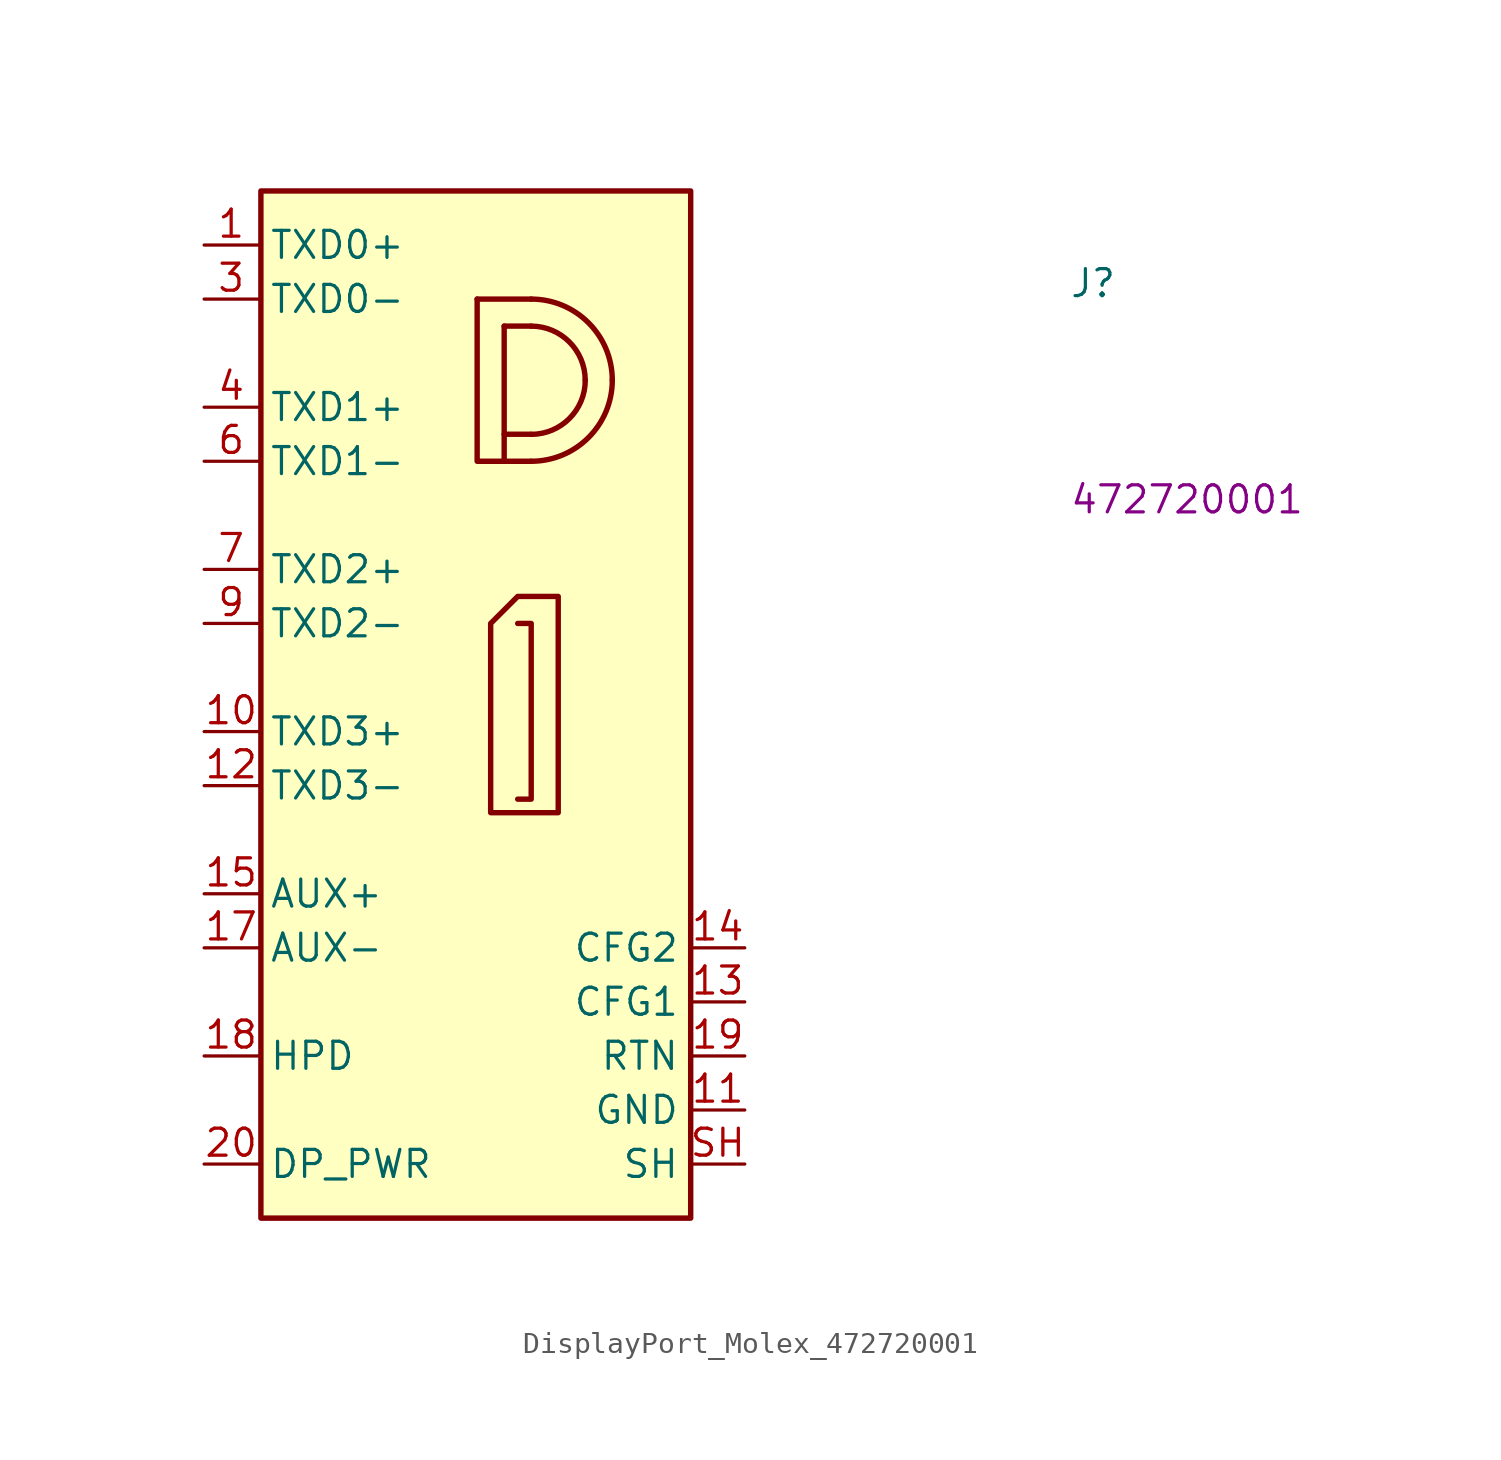
<source format=kicad_sym>
(kicad_symbol_lib
  (version 20220914)
  (generator kicad_symbol_editor)
  (symbol "DisplayPort_Molex_472720001"
    (property "Reference" "J"
      (at 40.64 -2.54 0)
      (effects (font (size 1.27 1.27) (thickness 0.15)) (justify left bottom)))
    (property "MPN" "472720001"
      (at 40.64 -12.7 0)
      (effects (font (size 1.27 1.27) (thickness 0.15)) (justify left bottom)))
    (symbol "DisplayPort_Molex_472720001_1_1"
      (polyline (pts (xy 12.827 -2.54) (xy 15.367 -2.54)) (stroke (width 0.254) (type default)) (fill (type background)))
      (polyline (pts (xy 14.097 -3.81) (xy 14.097 -10.16)) (stroke (width 0.254) (type default)) (fill (type background)))
      (polyline (pts (xy 15.367 -8.89) (xy 14.097 -8.89)) (stroke (width 0.254) (type default)) (fill (type background)))
      (polyline (pts (xy 15.367 -3.81) (xy 14.097 -3.81)) (stroke (width 0.254) (type default)) (fill (type background)))
      (polyline (pts (xy 12.827 -2.54) (xy 12.827 -10.16) (xy 15.367 -10.16)) (stroke (width 0.254) (type default)) (fill (type background)))
      (polyline (pts (xy 14.732 -26.035) (xy 15.367 -26.035) (xy 15.367 -17.78) (xy 14.732 -17.78)) (stroke (width 0.254) (type default)) (fill (type background)))
      (polyline (pts (xy 13.462 -17.78) (xy 14.732 -16.51) (xy 16.637 -16.51) (xy 16.637 -26.67) (xy 13.462 -26.67) (xy 13.462 -17.78)) (stroke (width 0.254) (type default)) (fill (type background)))
      (rectangle (start 2.667 2.54) (end 22.86 -45.72) (stroke (width 0.254) (type default)) (fill (type background)))
      (arc (start 15.367 -10.16) (mid 18.061 -9.0441) (end 19.177 -6.35) (stroke (width 0.254) (type default)) (fill (type background)))
      (arc (start 15.367 -8.89) (mid 17.1631 -8.1461) (end 17.907 -6.35) (stroke (width 0.254) (type default)) (fill (type background)))
      (arc (start 17.907 -6.35) (mid 17.1631 -4.5539) (end 15.367 -3.81) (stroke (width 0.254) (type default)) (fill (type background)))
      (arc (start 19.177 -6.35) (mid 18.0611 -3.656) (end 15.367 -2.54) (stroke (width 0.254) (type default)) (fill (type background)))
      (pin bidirectional line (at 0 0 0) (length 2.54) (name "TXD0+" (effects (font (size 1.27 1.27)))) (number "1" (effects (font (size 1.27 1.27)))))
      (pin bidirectional line (at 0 -22.86 0) (length 2.54) (name "TXD3+" (effects (font (size 1.27 1.27)))) (number "10" (effects (font (size 1.27 1.27)))))
      (pin power_in line (at 25.4 -40.64 180) (length 2.54) (name "GND" (effects (font (size 1.27 1.27)))) (number "11" (effects (font (size 1.27 1.27)))))
      (pin bidirectional line (at 0 -25.4 0) (length 2.54) (name "TXD3-" (effects (font (size 1.27 1.27)))) (number "12" (effects (font (size 1.27 1.27)))))
      (pin passive line (at 25.4 -35.56 180) (length 2.54) (name "CFG1" (effects (font (size 1.27 1.27)))) (number "13" (effects (font (size 1.27 1.27)))))
      (pin passive line (at 25.4 -33.02 180) (length 2.54) (name "CFG2" (effects (font (size 1.27 1.27)))) (number "14" (effects (font (size 1.27 1.27)))))
      (pin bidirectional line (at 0 -30.48 0) (length 2.54) (name "AUX+" (effects (font (size 1.27 1.27)))) (number "15" (effects (font (size 1.27 1.27)))))
      (pin passive line (at 25.4 -40.64 180) (length 2.54) hide (name "GND" (effects (font (size 1.27 1.27)))) (number "16" (effects (font (size 1.27 1.27)))))
      (pin bidirectional line (at 0 -33.02 0) (length 2.54) (name "AUX-" (effects (font (size 1.27 1.27)))) (number "17" (effects (font (size 1.27 1.27)))))
      (pin passive line (at 0 -38.1 0) (length 2.54) (name "HPD" (effects (font (size 1.27 1.27)))) (number "18" (effects (font (size 1.27 1.27)))))
      (pin power_in line (at 25.4 -38.1 180) (length 2.54) (name "RTN" (effects (font (size 1.27 1.27)))) (number "19" (effects (font (size 1.27 1.27)))))
      (pin passive line (at 25.4 -40.64 180) (length 2.54) hide (name "GND" (effects (font (size 1.27 1.27)))) (number "2" (effects (font (size 1.27 1.27)))))
      (pin power_in line (at 0 -43.18 0) (length 2.54) (name "DP_PWR" (effects (font (size 1.27 1.27)))) (number "20" (effects (font (size 1.27 1.27)))))
      (pin bidirectional line (at 0 -2.54 0) (length 2.54) (name "TXD0-" (effects (font (size 1.27 1.27)))) (number "3" (effects (font (size 1.27 1.27)))))
      (pin bidirectional line (at 0 -7.62 0) (length 2.54) (name "TXD1+" (effects (font (size 1.27 1.27)))) (number "4" (effects (font (size 1.27 1.27)))))
      (pin passive line (at 25.4 -40.64 180) (length 2.54) hide (name "GND" (effects (font (size 1.27 1.27)))) (number "5" (effects (font (size 1.27 1.27)))))
      (pin bidirectional line (at 0 -10.16 0) (length 2.54) (name "TXD1-" (effects (font (size 1.27 1.27)))) (number "6" (effects (font (size 1.27 1.27)))))
      (pin bidirectional line (at 0 -15.24 0) (length 2.54) (name "TXD2+" (effects (font (size 1.27 1.27)))) (number "7" (effects (font (size 1.27 1.27)))))
      (pin passive line (at 25.4 -40.64 180) (length 2.54) hide (name "GND" (effects (font (size 1.27 1.27)))) (number "8" (effects (font (size 1.27 1.27)))))
      (pin bidirectional line (at 0 -17.78 0) (length 2.54) (name "TXD2-" (effects (font (size 1.27 1.27)))) (number "9" (effects (font (size 1.27 1.27)))))
      (pin passive line (at 25.4 -43.18 180) (length 2.54) (name "SH" (effects (font (size 1.27 1.27)))) (number "SH" (effects (font (size 1.27 1.27))))))))
</source>
